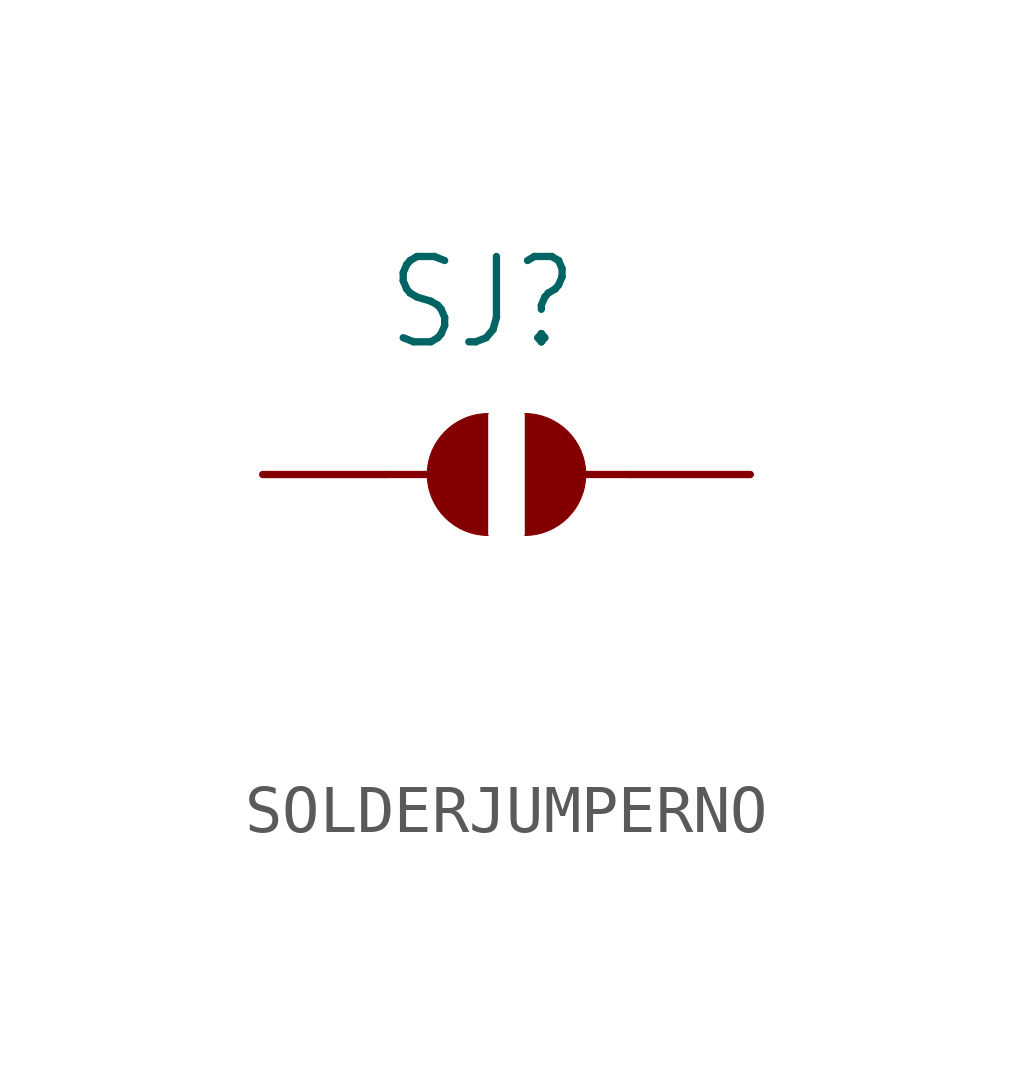
<source format=kicad_sym>
(kicad_symbol_lib
  (version 20241209)
  (generator "kicad_symbol_editor")
  (generator_version "9.0")
  (symbol "SOLDERJUMPERNO"
    (property "Reference" "SJ"
      (at -2.54 2.54 0)
      (effects (font (size 1.778 1.511)) (justify left bottom)))
    (property "Value" ""
      (at -2.54 -5.08 0)
      (effects (font (size 1.778 1.511)) (justify left bottom)))
    (property "ki_locked" ""
      (at 0 0 0)
      (effects (font (size 1.27 1.27))))
    (symbol "SOLDERJUMPERNO_1_0"
      (polyline (pts (xy -2.54 0) (xy -1.651 0)) (stroke (width 0.152) (type solid)) (fill (type none)))
      (arc (start -0.381 -1.27) (mid -1.651 0) (end -0.381 1.27) (stroke (width 0.0001) (type solid)) (fill (type outline)))
      (arc (start 0.381 1.27) (mid 1.651 0) (end 0.381 -1.27) (stroke (width 0.0001) (type solid)) (fill (type outline)))
      (polyline (pts (xy 2.54 0) (xy 1.651 0)) (stroke (width 0.152) (type solid)) (fill (type none)))
      (pin passive line (at -5.08 0 0) (length 2.54) (name "1" (effects (font (size 0 0)))) (number "1" (effects (font (size 0 0)))))
      (pin passive line (at 5.08 0 180) (length 2.54) (name "2" (effects (font (size 0 0)))) (number "2" (effects (font (size 0 0))))))))
</source>
